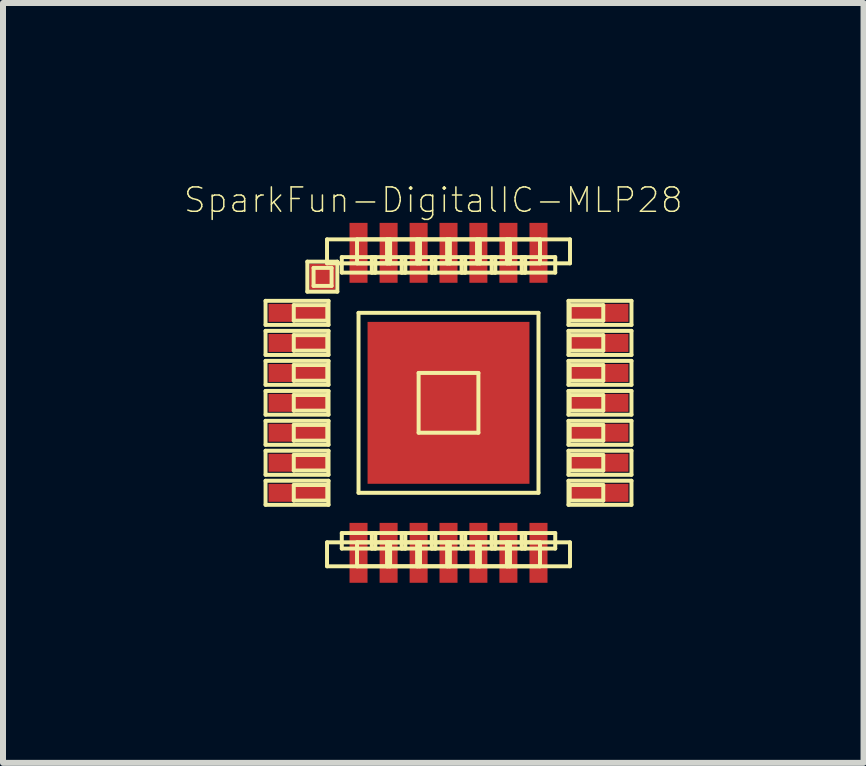
<source format=kicad_pcb>
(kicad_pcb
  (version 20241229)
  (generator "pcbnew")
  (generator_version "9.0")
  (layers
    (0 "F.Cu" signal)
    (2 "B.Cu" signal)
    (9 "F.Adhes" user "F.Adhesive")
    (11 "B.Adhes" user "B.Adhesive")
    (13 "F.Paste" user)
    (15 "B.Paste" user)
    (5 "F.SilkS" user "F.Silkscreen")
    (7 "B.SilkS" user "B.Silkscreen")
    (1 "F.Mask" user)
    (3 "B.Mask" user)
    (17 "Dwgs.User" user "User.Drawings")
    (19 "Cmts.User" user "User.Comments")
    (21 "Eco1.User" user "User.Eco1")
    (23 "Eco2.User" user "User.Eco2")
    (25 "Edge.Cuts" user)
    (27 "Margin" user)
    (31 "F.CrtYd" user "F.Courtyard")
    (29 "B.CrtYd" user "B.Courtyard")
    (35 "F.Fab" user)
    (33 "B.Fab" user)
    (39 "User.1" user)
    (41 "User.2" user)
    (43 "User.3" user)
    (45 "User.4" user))
  (footprint "SparkFun-DigitalIC-MLP28"
    (placed yes)
    (layer "F.Cu")
    (at 4.422 3.661)
    (property "Reference" "SparkFun-DigitalIC-MLP28" (at -0.254 -3.378 0) (layer "F.SilkS") (effects (font (size 0.406 0.406) (thickness 0.025))))
    (attr smd)
    (fp_line (start -3.048 -1.699) (end -1.999 -1.699) (stroke (width 0.066) (type solid)) (layer "F.SilkS"))
    (fp_line (start -3.048 -1.298) (end -3.048 -1.699) (stroke (width 0.066) (type solid)) (layer "F.SilkS"))
    (fp_line (start -3.048 -1.298) (end -1.999 -1.298) (stroke (width 0.066) (type solid)) (layer "F.SilkS"))
    (fp_line (start -3.048 -1.199) (end -1.999 -1.199) (stroke (width 0.066) (type solid)) (layer "F.SilkS"))
    (fp_line (start -3.048 -0.798) (end -3.048 -1.199) (stroke (width 0.066) (type solid)) (layer "F.SilkS"))
    (fp_line (start -3.048 -0.798) (end -1.999 -0.798) (stroke (width 0.066) (type solid)) (layer "F.SilkS"))
    (fp_line (start -3.048 -0.699) (end -1.999 -0.699) (stroke (width 0.066) (type solid)) (layer "F.SilkS"))
    (fp_line (start -3.048 -0.3) (end -3.048 -0.699) (stroke (width 0.066) (type solid)) (layer "F.SilkS"))
    (fp_line (start -3.048 -0.3) (end -1.999 -0.3) (stroke (width 0.066) (type solid)) (layer "F.SilkS"))
    (fp_line (start -3.048 -0.198) (end -1.999 -0.198) (stroke (width 0.066) (type solid)) (layer "F.SilkS"))
    (fp_line (start -3.048 0.198) (end -3.048 -0.198) (stroke (width 0.066) (type solid)) (layer "F.SilkS"))
    (fp_line (start -3.048 0.198) (end -1.999 0.198) (stroke (width 0.066) (type solid)) (layer "F.SilkS"))
    (fp_line (start -3.048 0.3) (end -1.999 0.3) (stroke (width 0.066) (type solid)) (layer "F.SilkS"))
    (fp_line (start -3.048 0.699) (end -3.048 0.3) (stroke (width 0.066) (type solid)) (layer "F.SilkS"))
    (fp_line (start -3.048 0.699) (end -1.999 0.699) (stroke (width 0.066) (type solid)) (layer "F.SilkS"))
    (fp_line (start -3.048 0.798) (end -1.999 0.798) (stroke (width 0.066) (type solid)) (layer "F.SilkS"))
    (fp_line (start -3.048 1.199) (end -3.048 0.798) (stroke (width 0.066) (type solid)) (layer "F.SilkS"))
    (fp_line (start -3.048 1.199) (end -1.999 1.199) (stroke (width 0.066) (type solid)) (layer "F.SilkS"))
    (fp_line (start -3.048 1.298) (end -1.999 1.298) (stroke (width 0.066) (type solid)) (layer "F.SilkS"))
    (fp_line (start -3.048 1.699) (end -3.048 1.298) (stroke (width 0.066) (type solid)) (layer "F.SilkS"))
    (fp_line (start -3.048 1.699) (end -1.999 1.699) (stroke (width 0.066) (type solid)) (layer "F.SilkS"))
    (fp_line (start -2.578 -1.628) (end -2.019 -1.628) (stroke (width 0.066) (type solid)) (layer "F.SilkS"))
    (fp_line (start -2.578 -1.369) (end -2.578 -1.628) (stroke (width 0.066) (type solid)) (layer "F.SilkS"))
    (fp_line (start -2.578 -1.369) (end -2.019 -1.369) (stroke (width 0.066) (type solid)) (layer "F.SilkS"))
    (fp_line (start -2.578 -1.128) (end -2.019 -1.128) (stroke (width 0.066) (type solid)) (layer "F.SilkS"))
    (fp_line (start -2.578 -0.869) (end -2.578 -1.128) (stroke (width 0.066) (type solid)) (layer "F.SilkS"))
    (fp_line (start -2.578 -0.869) (end -2.019 -0.869) (stroke (width 0.066) (type solid)) (layer "F.SilkS"))
    (fp_line (start -2.578 -0.63) (end -2.019 -0.63) (stroke (width 0.066) (type solid)) (layer "F.SilkS"))
    (fp_line (start -2.578 -0.368) (end -2.578 -0.63) (stroke (width 0.066) (type solid)) (layer "F.SilkS"))
    (fp_line (start -2.578 -0.368) (end -2.019 -0.368) (stroke (width 0.066) (type solid)) (layer "F.SilkS"))
    (fp_line (start -2.578 -0.13) (end -2.019 -0.13) (stroke (width 0.066) (type solid)) (layer "F.SilkS"))
    (fp_line (start -2.578 0.13) (end -2.578 -0.13) (stroke (width 0.066) (type solid)) (layer "F.SilkS"))
    (fp_line (start -2.578 0.13) (end -2.019 0.13) (stroke (width 0.066) (type solid)) (layer "F.SilkS"))
    (fp_line (start -2.578 0.368) (end -2.019 0.368) (stroke (width 0.066) (type solid)) (layer "F.SilkS"))
    (fp_line (start -2.578 0.63) (end -2.578 0.368) (stroke (width 0.066) (type solid)) (layer "F.SilkS"))
    (fp_line (start -2.578 0.63) (end -2.019 0.63) (stroke (width 0.066) (type solid)) (layer "F.SilkS"))
    (fp_line (start -2.578 0.869) (end -2.019 0.869) (stroke (width 0.066) (type solid)) (layer "F.SilkS"))
    (fp_line (start -2.578 1.128) (end -2.578 0.869) (stroke (width 0.066) (type solid)) (layer "F.SilkS"))
    (fp_line (start -2.578 1.128) (end -2.019 1.128) (stroke (width 0.066) (type solid)) (layer "F.SilkS"))
    (fp_line (start -2.578 1.369) (end -2.019 1.369) (stroke (width 0.066) (type solid)) (layer "F.SilkS"))
    (fp_line (start -2.578 1.628) (end -2.578 1.369) (stroke (width 0.066) (type solid)) (layer "F.SilkS"))
    (fp_line (start -2.578 1.628) (end -2.019 1.628) (stroke (width 0.066) (type solid)) (layer "F.SilkS"))
    (fp_line (start -2.352 -2.352) (end -1.852 -2.352) (stroke (width 0.066) (type solid)) (layer "F.SilkS"))
    (fp_line (start -2.352 -1.852) (end -2.352 -2.352) (stroke (width 0.066) (type solid)) (layer "F.SilkS"))
    (fp_line (start -2.352 -1.852) (end -1.852 -1.852) (stroke (width 0.066) (type solid)) (layer "F.SilkS"))
    (fp_line (start -2.248 -2.248) (end -1.948 -2.248) (stroke (width 0.066) (type solid)) (layer "F.SilkS"))
    (fp_line (start -2.248 -1.948) (end -2.248 -2.248) (stroke (width 0.066) (type solid)) (layer "F.SilkS"))
    (fp_line (start -2.248 -1.948) (end -1.948 -1.948) (stroke (width 0.066) (type solid)) (layer "F.SilkS"))
    (fp_line (start -2.024 -2.723) (end -0.973 -2.723) (stroke (width 0.066) (type solid)) (layer "F.SilkS"))
    (fp_line (start -2.024 -2.324) (end -2.024 -2.723) (stroke (width 0.066) (type solid)) (layer "F.SilkS"))
    (fp_line (start -2.024 -2.324) (end -0.973 -2.324) (stroke (width 0.066) (type solid)) (layer "F.SilkS"))
    (fp_line (start -2.024 2.324) (end -0.973 2.324) (stroke (width 0.066) (type solid)) (layer "F.SilkS"))
    (fp_line (start -2.024 2.723) (end -2.024 2.324) (stroke (width 0.066) (type solid)) (layer "F.SilkS"))
    (fp_line (start -2.024 2.723) (end -0.973 2.723) (stroke (width 0.066) (type solid)) (layer "F.SilkS"))
    (fp_line (start -2.019 -1.369) (end -2.019 -1.628) (stroke (width 0.066) (type solid)) (layer "F.SilkS"))
    (fp_line (start -2.019 -0.869) (end -2.019 -1.128) (stroke (width 0.066) (type solid)) (layer "F.SilkS"))
    (fp_line (start -2.019 -0.368) (end -2.019 -0.63) (stroke (width 0.066) (type solid)) (layer "F.SilkS"))
    (fp_line (start -2.019 0.13) (end -2.019 -0.13) (stroke (width 0.066) (type solid)) (layer "F.SilkS"))
    (fp_line (start -2.019 0.63) (end -2.019 0.368) (stroke (width 0.066) (type solid)) (layer "F.SilkS"))
    (fp_line (start -2.019 1.128) (end -2.019 0.869) (stroke (width 0.066) (type solid)) (layer "F.SilkS"))
    (fp_line (start -2.019 1.628) (end -2.019 1.369) (stroke (width 0.066) (type solid)) (layer "F.SilkS"))
    (fp_line (start -1.999 -1.298) (end -1.999 -1.699) (stroke (width 0.066) (type solid)) (layer "F.SilkS"))
    (fp_line (start -1.999 -0.798) (end -1.999 -1.199) (stroke (width 0.066) (type solid)) (layer "F.SilkS"))
    (fp_line (start -1.999 -0.3) (end -1.999 -0.699) (stroke (width 0.066) (type solid)) (layer "F.SilkS"))
    (fp_line (start -1.999 0.198) (end -1.999 -0.198) (stroke (width 0.066) (type solid)) (layer "F.SilkS"))
    (fp_line (start -1.999 0.699) (end -1.999 0.3) (stroke (width 0.066) (type solid)) (layer "F.SilkS"))
    (fp_line (start -1.999 1.199) (end -1.999 0.798) (stroke (width 0.066) (type solid)) (layer "F.SilkS"))
    (fp_line (start -1.999 1.699) (end -1.999 1.298) (stroke (width 0.066) (type solid)) (layer "F.SilkS"))
    (fp_line (start -1.948 -1.948) (end -1.948 -2.248) (stroke (width 0.066) (type solid)) (layer "F.SilkS"))
    (fp_line (start -1.852 -1.852) (end -1.852 -2.352) (stroke (width 0.066) (type solid)) (layer "F.SilkS"))
    (fp_line (start -1.778 -2.428) (end -1.219 -2.428) (stroke (width 0.066) (type solid)) (layer "F.SilkS"))
    (fp_line (start -1.778 -2.169) (end -1.778 -2.428) (stroke (width 0.066) (type solid)) (layer "F.SilkS"))
    (fp_line (start -1.778 -2.169) (end -1.219 -2.169) (stroke (width 0.066) (type solid)) (layer "F.SilkS"))
    (fp_line (start -1.778 2.169) (end -1.219 2.169) (stroke (width 0.066) (type solid)) (layer "F.SilkS"))
    (fp_line (start -1.778 2.428) (end -1.778 2.169) (stroke (width 0.066) (type solid)) (layer "F.SilkS"))
    (fp_line (start -1.778 2.428) (end -1.219 2.428) (stroke (width 0.066) (type solid)) (layer "F.SilkS"))
    (fp_line (start -1.524 -2.723) (end -0.475 -2.723) (stroke (width 0.066) (type solid)) (layer "F.SilkS"))
    (fp_line (start -1.524 -2.324) (end -1.524 -2.723) (stroke (width 0.066) (type solid)) (layer "F.SilkS"))
    (fp_line (start -1.524 -2.324) (end -0.475 -2.324) (stroke (width 0.066) (type solid)) (layer "F.SilkS"))
    (fp_line (start -1.524 2.324) (end -0.475 2.324) (stroke (width 0.066) (type solid)) (layer "F.SilkS"))
    (fp_line (start -1.524 2.723) (end -1.524 2.324) (stroke (width 0.066) (type solid)) (layer "F.SilkS"))
    (fp_line (start -1.524 2.723) (end -0.475 2.723) (stroke (width 0.066) (type solid)) (layer "F.SilkS"))
    (fp_line (start -1.499 -1.499) (end 1.499 -1.499) (stroke (width 0.066) (type solid)) (layer "F.SilkS"))
    (fp_line (start -1.499 1.499) (end -1.499 -1.499) (stroke (width 0.066) (type solid)) (layer "F.SilkS"))
    (fp_line (start -1.499 1.499) (end 1.499 1.499) (stroke (width 0.066) (type solid)) (layer "F.SilkS"))
    (fp_line (start -1.278 -2.428) (end -0.719 -2.428) (stroke (width 0.066) (type solid)) (layer "F.SilkS"))
    (fp_line (start -1.278 -2.169) (end -1.278 -2.428) (stroke (width 0.066) (type solid)) (layer "F.SilkS"))
    (fp_line (start -1.278 -2.169) (end -0.719 -2.169) (stroke (width 0.066) (type solid)) (layer "F.SilkS"))
    (fp_line (start -1.278 2.169) (end -0.719 2.169) (stroke (width 0.066) (type solid)) (layer "F.SilkS"))
    (fp_line (start -1.278 2.428) (end -1.278 2.169) (stroke (width 0.066) (type solid)) (layer "F.SilkS"))
    (fp_line (start -1.278 2.428) (end -0.719 2.428) (stroke (width 0.066) (type solid)) (layer "F.SilkS"))
    (fp_line (start -1.219 -2.169) (end -1.219 -2.428) (stroke (width 0.066) (type solid)) (layer "F.SilkS"))
    (fp_line (start -1.219 2.428) (end -1.219 2.169) (stroke (width 0.066) (type solid)) (layer "F.SilkS"))
    (fp_line (start -1.024 -2.723) (end 0.023 -2.723) (stroke (width 0.066) (type solid)) (layer "F.SilkS"))
    (fp_line (start -1.024 -2.324) (end -1.024 -2.723) (stroke (width 0.066) (type solid)) (layer "F.SilkS"))
    (fp_line (start -1.024 -2.324) (end 0.023 -2.324) (stroke (width 0.066) (type solid)) (layer "F.SilkS"))
    (fp_line (start -1.024 2.324) (end 0.023 2.324) (stroke (width 0.066) (type solid)) (layer "F.SilkS"))
    (fp_line (start -1.024 2.723) (end -1.024 2.324) (stroke (width 0.066) (type solid)) (layer "F.SilkS"))
    (fp_line (start -1.024 2.723) (end 0.023 2.723) (stroke (width 0.066) (type solid)) (layer "F.SilkS"))
    (fp_line (start -0.973 -2.324) (end -0.973 -2.723) (stroke (width 0.066) (type solid)) (layer "F.SilkS"))
    (fp_line (start -0.973 2.723) (end -0.973 2.324) (stroke (width 0.066) (type solid)) (layer "F.SilkS"))
    (fp_line (start -0.78 -2.428) (end -0.218 -2.428) (stroke (width 0.066) (type solid)) (layer "F.SilkS"))
    (fp_line (start -0.78 -2.169) (end -0.78 -2.428) (stroke (width 0.066) (type solid)) (layer "F.SilkS"))
    (fp_line (start -0.78 -2.169) (end -0.218 -2.169) (stroke (width 0.066) (type solid)) (layer "F.SilkS"))
    (fp_line (start -0.78 2.169) (end -0.218 2.169) (stroke (width 0.066) (type solid)) (layer "F.SilkS"))
    (fp_line (start -0.78 2.428) (end -0.78 2.169) (stroke (width 0.066) (type solid)) (layer "F.SilkS"))
    (fp_line (start -0.78 2.428) (end -0.218 2.428) (stroke (width 0.066) (type solid)) (layer "F.SilkS"))
    (fp_line (start -0.719 -2.169) (end -0.719 -2.428) (stroke (width 0.066) (type solid)) (layer "F.SilkS"))
    (fp_line (start -0.719 2.428) (end -0.719 2.169) (stroke (width 0.066) (type solid)) (layer "F.SilkS"))
    (fp_line (start -0.523 -2.723) (end 0.523 -2.723) (stroke (width 0.066) (type solid)) (layer "F.SilkS"))
    (fp_line (start -0.523 -2.324) (end -0.523 -2.723) (stroke (width 0.066) (type solid)) (layer "F.SilkS"))
    (fp_line (start -0.523 -2.324) (end 0.523 -2.324) (stroke (width 0.066) (type solid)) (layer "F.SilkS"))
    (fp_line (start -0.523 2.324) (end 0.523 2.324) (stroke (width 0.066) (type solid)) (layer "F.SilkS"))
    (fp_line (start -0.523 2.723) (end -0.523 2.324) (stroke (width 0.066) (type solid)) (layer "F.SilkS"))
    (fp_line (start -0.523 2.723) (end 0.523 2.723) (stroke (width 0.066) (type solid)) (layer "F.SilkS"))
    (fp_line (start -0.498 -0.498) (end 0.498 -0.498) (stroke (width 0.066) (type solid)) (layer "F.SilkS"))
    (fp_line (start -0.498 0.498) (end -0.498 -0.498) (stroke (width 0.066) (type solid)) (layer "F.SilkS"))
    (fp_line (start -0.498 0.498) (end 0.498 0.498) (stroke (width 0.066) (type solid)) (layer "F.SilkS"))
    (fp_line (start -0.475 -2.324) (end -0.475 -2.723) (stroke (width 0.066) (type solid)) (layer "F.SilkS"))
    (fp_line (start -0.475 2.723) (end -0.475 2.324) (stroke (width 0.066) (type solid)) (layer "F.SilkS"))
    (fp_line (start -0.279 -2.428) (end 0.279 -2.428) (stroke (width 0.066) (type solid)) (layer "F.SilkS"))
    (fp_line (start -0.279 -2.169) (end -0.279 -2.428) (stroke (width 0.066) (type solid)) (layer "F.SilkS"))
    (fp_line (start -0.279 -2.169) (end 0.279 -2.169) (stroke (width 0.066) (type solid)) (layer "F.SilkS"))
    (fp_line (start -0.279 2.169) (end 0.279 2.169) (stroke (width 0.066) (type solid)) (layer "F.SilkS"))
    (fp_line (start -0.279 2.428) (end -0.279 2.169) (stroke (width 0.066) (type solid)) (layer "F.SilkS"))
    (fp_line (start -0.279 2.428) (end 0.279 2.428) (stroke (width 0.066) (type solid)) (layer "F.SilkS"))
    (fp_line (start -0.218 -2.169) (end -0.218 -2.428) (stroke (width 0.066) (type solid)) (layer "F.SilkS"))
    (fp_line (start -0.218 2.428) (end -0.218 2.169) (stroke (width 0.066) (type solid)) (layer "F.SilkS"))
    (fp_line (start -0.023 -2.723) (end 1.024 -2.723) (stroke (width 0.066) (type solid)) (layer "F.SilkS"))
    (fp_line (start -0.023 -2.324) (end -0.023 -2.723) (stroke (width 0.066) (type solid)) (layer "F.SilkS"))
    (fp_line (start -0.023 -2.324) (end 1.024 -2.324) (stroke (width 0.066) (type solid)) (layer "F.SilkS"))
    (fp_line (start -0.023 2.324) (end 1.024 2.324) (stroke (width 0.066) (type solid)) (layer "F.SilkS"))
    (fp_line (start -0.023 2.723) (end -0.023 2.324) (stroke (width 0.066) (type solid)) (layer "F.SilkS"))
    (fp_line (start -0.023 2.723) (end 1.024 2.723) (stroke (width 0.066) (type solid)) (layer "F.SilkS"))
    (fp_line (start 0.023 -2.324) (end 0.023 -2.723) (stroke (width 0.066) (type solid)) (layer "F.SilkS"))
    (fp_line (start 0.023 2.723) (end 0.023 2.324) (stroke (width 0.066) (type solid)) (layer "F.SilkS"))
    (fp_line (start 0.218 -2.428) (end 0.78 -2.428) (stroke (width 0.066) (type solid)) (layer "F.SilkS"))
    (fp_line (start 0.218 -2.169) (end 0.218 -2.428) (stroke (width 0.066) (type solid)) (layer "F.SilkS"))
    (fp_line (start 0.218 -2.169) (end 0.78 -2.169) (stroke (width 0.066) (type solid)) (layer "F.SilkS"))
    (fp_line (start 0.218 2.169) (end 0.78 2.169) (stroke (width 0.066) (type solid)) (layer "F.SilkS"))
    (fp_line (start 0.218 2.428) (end 0.218 2.169) (stroke (width 0.066) (type solid)) (layer "F.SilkS"))
    (fp_line (start 0.218 2.428) (end 0.78 2.428) (stroke (width 0.066) (type solid)) (layer "F.SilkS"))
    (fp_line (start 0.279 -2.169) (end 0.279 -2.428) (stroke (width 0.066) (type solid)) (layer "F.SilkS"))
    (fp_line (start 0.279 2.428) (end 0.279 2.169) (stroke (width 0.066) (type solid)) (layer "F.SilkS"))
    (fp_line (start 0.475 -2.723) (end 1.524 -2.723) (stroke (width 0.066) (type solid)) (layer "F.SilkS"))
    (fp_line (start 0.475 -2.324) (end 0.475 -2.723) (stroke (width 0.066) (type solid)) (layer "F.SilkS"))
    (fp_line (start 0.475 -2.324) (end 1.524 -2.324) (stroke (width 0.066) (type solid)) (layer "F.SilkS"))
    (fp_line (start 0.475 2.324) (end 1.524 2.324) (stroke (width 0.066) (type solid)) (layer "F.SilkS"))
    (fp_line (start 0.475 2.723) (end 0.475 2.324) (stroke (width 0.066) (type solid)) (layer "F.SilkS"))
    (fp_line (start 0.475 2.723) (end 1.524 2.723) (stroke (width 0.066) (type solid)) (layer "F.SilkS"))
    (fp_line (start 0.498 0.498) (end 0.498 -0.498) (stroke (width 0.066) (type solid)) (layer "F.SilkS"))
    (fp_line (start 0.523 -2.324) (end 0.523 -2.723) (stroke (width 0.066) (type solid)) (layer "F.SilkS"))
    (fp_line (start 0.523 2.723) (end 0.523 2.324) (stroke (width 0.066) (type solid)) (layer "F.SilkS"))
    (fp_line (start 0.719 -2.428) (end 1.278 -2.428) (stroke (width 0.066) (type solid)) (layer "F.SilkS"))
    (fp_line (start 0.719 -2.169) (end 0.719 -2.428) (stroke (width 0.066) (type solid)) (layer "F.SilkS"))
    (fp_line (start 0.719 -2.169) (end 1.278 -2.169) (stroke (width 0.066) (type solid)) (layer "F.SilkS"))
    (fp_line (start 0.719 2.169) (end 1.278 2.169) (stroke (width 0.066) (type solid)) (layer "F.SilkS"))
    (fp_line (start 0.719 2.428) (end 0.719 2.169) (stroke (width 0.066) (type solid)) (layer "F.SilkS"))
    (fp_line (start 0.719 2.428) (end 1.278 2.428) (stroke (width 0.066) (type solid)) (layer "F.SilkS"))
    (fp_line (start 0.78 -2.169) (end 0.78 -2.428) (stroke (width 0.066) (type solid)) (layer "F.SilkS"))
    (fp_line (start 0.78 2.428) (end 0.78 2.169) (stroke (width 0.066) (type solid)) (layer "F.SilkS"))
    (fp_line (start 0.973 -2.723) (end 2.024 -2.723) (stroke (width 0.066) (type solid)) (layer "F.SilkS"))
    (fp_line (start 0.973 -2.324) (end 0.973 -2.723) (stroke (width 0.066) (type solid)) (layer "F.SilkS"))
    (fp_line (start 0.973 -2.324) (end 2.024 -2.324) (stroke (width 0.066) (type solid)) (layer "F.SilkS"))
    (fp_line (start 0.973 2.324) (end 2.024 2.324) (stroke (width 0.066) (type solid)) (layer "F.SilkS"))
    (fp_line (start 0.973 2.723) (end 0.973 2.324) (stroke (width 0.066) (type solid)) (layer "F.SilkS"))
    (fp_line (start 0.973 2.723) (end 2.024 2.723) (stroke (width 0.066) (type solid)) (layer "F.SilkS"))
    (fp_line (start 1.024 -2.324) (end 1.024 -2.723) (stroke (width 0.066) (type solid)) (layer "F.SilkS"))
    (fp_line (start 1.024 2.723) (end 1.024 2.324) (stroke (width 0.066) (type solid)) (layer "F.SilkS"))
    (fp_line (start 1.219 -2.428) (end 1.778 -2.428) (stroke (width 0.066) (type solid)) (layer "F.SilkS"))
    (fp_line (start 1.219 -2.169) (end 1.219 -2.428) (stroke (width 0.066) (type solid)) (layer "F.SilkS"))
    (fp_line (start 1.219 -2.169) (end 1.778 -2.169) (stroke (width 0.066) (type solid)) (layer "F.SilkS"))
    (fp_line (start 1.219 2.169) (end 1.778 2.169) (stroke (width 0.066) (type solid)) (layer "F.SilkS"))
    (fp_line (start 1.219 2.428) (end 1.219 2.169) (stroke (width 0.066) (type solid)) (layer "F.SilkS"))
    (fp_line (start 1.219 2.428) (end 1.778 2.428) (stroke (width 0.066) (type solid)) (layer "F.SilkS"))
    (fp_line (start 1.278 -2.169) (end 1.278 -2.428) (stroke (width 0.066) (type solid)) (layer "F.SilkS"))
    (fp_line (start 1.278 2.428) (end 1.278 2.169) (stroke (width 0.066) (type solid)) (layer "F.SilkS"))
    (fp_line (start 1.499 1.499) (end 1.499 -1.499) (stroke (width 0.066) (type solid)) (layer "F.SilkS"))
    (fp_line (start 1.524 -2.324) (end 1.524 -2.723) (stroke (width 0.066) (type solid)) (layer "F.SilkS"))
    (fp_line (start 1.524 2.723) (end 1.524 2.324) (stroke (width 0.066) (type solid)) (layer "F.SilkS"))
    (fp_line (start 1.778 -2.169) (end 1.778 -2.428) (stroke (width 0.066) (type solid)) (layer "F.SilkS"))
    (fp_line (start 1.778 2.428) (end 1.778 2.169) (stroke (width 0.066) (type solid)) (layer "F.SilkS"))
    (fp_line (start 1.999 -1.699) (end 3.048 -1.699) (stroke (width 0.066) (type solid)) (layer "F.SilkS"))
    (fp_line (start 1.999 -1.298) (end 1.999 -1.699) (stroke (width 0.066) (type solid)) (layer "F.SilkS"))
    (fp_line (start 1.999 -1.298) (end 3.048 -1.298) (stroke (width 0.066) (type solid)) (layer "F.SilkS"))
    (fp_line (start 1.999 -1.199) (end 3.048 -1.199) (stroke (width 0.066) (type solid)) (layer "F.SilkS"))
    (fp_line (start 1.999 -0.798) (end 1.999 -1.199) (stroke (width 0.066) (type solid)) (layer "F.SilkS"))
    (fp_line (start 1.999 -0.798) (end 3.048 -0.798) (stroke (width 0.066) (type solid)) (layer "F.SilkS"))
    (fp_line (start 1.999 -0.699) (end 3.048 -0.699) (stroke (width 0.066) (type solid)) (layer "F.SilkS"))
    (fp_line (start 1.999 -0.3) (end 1.999 -0.699) (stroke (width 0.066) (type solid)) (layer "F.SilkS"))
    (fp_line (start 1.999 -0.3) (end 3.048 -0.3) (stroke (width 0.066) (type solid)) (layer "F.SilkS"))
    (fp_line (start 1.999 -0.198) (end 3.048 -0.198) (stroke (width 0.066) (type solid)) (layer "F.SilkS"))
    (fp_line (start 1.999 0.198) (end 1.999 -0.198) (stroke (width 0.066) (type solid)) (layer "F.SilkS"))
    (fp_line (start 1.999 0.198) (end 3.048 0.198) (stroke (width 0.066) (type solid)) (layer "F.SilkS"))
    (fp_line (start 1.999 0.3) (end 3.048 0.3) (stroke (width 0.066) (type solid)) (layer "F.SilkS"))
    (fp_line (start 1.999 0.699) (end 1.999 0.3) (stroke (width 0.066) (type solid)) (layer "F.SilkS"))
    (fp_line (start 1.999 0.699) (end 3.048 0.699) (stroke (width 0.066) (type solid)) (layer "F.SilkS"))
    (fp_line (start 1.999 0.798) (end 3.048 0.798) (stroke (width 0.066) (type solid)) (layer "F.SilkS"))
    (fp_line (start 1.999 1.199) (end 1.999 0.798) (stroke (width 0.066) (type solid)) (layer "F.SilkS"))
    (fp_line (start 1.999 1.199) (end 3.048 1.199) (stroke (width 0.066) (type solid)) (layer "F.SilkS"))
    (fp_line (start 1.999 1.298) (end 3.048 1.298) (stroke (width 0.066) (type solid)) (layer "F.SilkS"))
    (fp_line (start 1.999 1.699) (end 1.999 1.298) (stroke (width 0.066) (type solid)) (layer "F.SilkS"))
    (fp_line (start 1.999 1.699) (end 3.048 1.699) (stroke (width 0.066) (type solid)) (layer "F.SilkS"))
    (fp_line (start 2.019 -1.628) (end 2.578 -1.628) (stroke (width 0.066) (type solid)) (layer "F.SilkS"))
    (fp_line (start 2.019 -1.369) (end 2.019 -1.628) (stroke (width 0.066) (type solid)) (layer "F.SilkS"))
    (fp_line (start 2.019 -1.369) (end 2.578 -1.369) (stroke (width 0.066) (type solid)) (layer "F.SilkS"))
    (fp_line (start 2.019 -1.128) (end 2.578 -1.128) (stroke (width 0.066) (type solid)) (layer "F.SilkS"))
    (fp_line (start 2.019 -0.869) (end 2.019 -1.128) (stroke (width 0.066) (type solid)) (layer "F.SilkS"))
    (fp_line (start 2.019 -0.869) (end 2.578 -0.869) (stroke (width 0.066) (type solid)) (layer "F.SilkS"))
    (fp_line (start 2.019 -0.63) (end 2.578 -0.63) (stroke (width 0.066) (type solid)) (layer "F.SilkS"))
    (fp_line (start 2.019 -0.368) (end 2.019 -0.63) (stroke (width 0.066) (type solid)) (layer "F.SilkS"))
    (fp_line (start 2.019 -0.368) (end 2.578 -0.368) (stroke (width 0.066) (type solid)) (layer "F.SilkS"))
    (fp_line (start 2.019 -0.13) (end 2.578 -0.13) (stroke (width 0.066) (type solid)) (layer "F.SilkS"))
    (fp_line (start 2.019 0.13) (end 2.019 -0.13) (stroke (width 0.066) (type solid)) (layer "F.SilkS"))
    (fp_line (start 2.019 0.13) (end 2.578 0.13) (stroke (width 0.066) (type solid)) (layer "F.SilkS"))
    (fp_line (start 2.019 0.368) (end 2.578 0.368) (stroke (width 0.066) (type solid)) (layer "F.SilkS"))
    (fp_line (start 2.019 0.63) (end 2.019 0.368) (stroke (width 0.066) (type solid)) (layer "F.SilkS"))
    (fp_line (start 2.019 0.63) (end 2.578 0.63) (stroke (width 0.066) (type solid)) (layer "F.SilkS"))
    (fp_line (start 2.019 0.869) (end 2.578 0.869) (stroke (width 0.066) (type solid)) (layer "F.SilkS"))
    (fp_line (start 2.019 1.128) (end 2.019 0.869) (stroke (width 0.066) (type solid)) (layer "F.SilkS"))
    (fp_line (start 2.019 1.128) (end 2.578 1.128) (stroke (width 0.066) (type solid)) (layer "F.SilkS"))
    (fp_line (start 2.019 1.369) (end 2.578 1.369) (stroke (width 0.066) (type solid)) (layer "F.SilkS"))
    (fp_line (start 2.019 1.628) (end 2.019 1.369) (stroke (width 0.066) (type solid)) (layer "F.SilkS"))
    (fp_line (start 2.019 1.628) (end 2.578 1.628) (stroke (width 0.066) (type solid)) (layer "F.SilkS"))
    (fp_line (start 2.024 -2.324) (end 2.024 -2.723) (stroke (width 0.066) (type solid)) (layer "F.SilkS"))
    (fp_line (start 2.024 2.723) (end 2.024 2.324) (stroke (width 0.066) (type solid)) (layer "F.SilkS"))
    (fp_line (start 2.578 -1.369) (end 2.578 -1.628) (stroke (width 0.066) (type solid)) (layer "F.SilkS"))
    (fp_line (start 2.578 -0.869) (end 2.578 -1.128) (stroke (width 0.066) (type solid)) (layer "F.SilkS"))
    (fp_line (start 2.578 -0.368) (end 2.578 -0.63) (stroke (width 0.066) (type solid)) (layer "F.SilkS"))
    (fp_line (start 2.578 0.13) (end 2.578 -0.13) (stroke (width 0.066) (type solid)) (layer "F.SilkS"))
    (fp_line (start 2.578 0.63) (end 2.578 0.368) (stroke (width 0.066) (type solid)) (layer "F.SilkS"))
    (fp_line (start 2.578 1.128) (end 2.578 0.869) (stroke (width 0.066) (type solid)) (layer "F.SilkS"))
    (fp_line (start 2.578 1.628) (end 2.578 1.369) (stroke (width 0.066) (type solid)) (layer "F.SilkS"))
    (fp_line (start 3.048 -1.298) (end 3.048 -1.699) (stroke (width 0.066) (type solid)) (layer "F.SilkS"))
    (fp_line (start 3.048 -0.798) (end 3.048 -1.199) (stroke (width 0.066) (type solid)) (layer "F.SilkS"))
    (fp_line (start 3.048 -0.3) (end 3.048 -0.699) (stroke (width 0.066) (type solid)) (layer "F.SilkS"))
    (fp_line (start 3.048 0.198) (end 3.048 -0.198) (stroke (width 0.066) (type solid)) (layer "F.SilkS"))
    (fp_line (start 3.048 0.699) (end 3.048 0.3) (stroke (width 0.066) (type solid)) (layer "F.SilkS"))
    (fp_line (start 3.048 1.199) (end 3.048 0.798) (stroke (width 0.066) (type solid)) (layer "F.SilkS"))
    (fp_line (start 3.048 1.699) (end 3.048 1.298) (stroke (width 0.066) (type solid)) (layer "F.SilkS"))
    (pad "1" smd rect (at -2.499 -1.499) (size 0.998 0.3) (layers "F.Cu" "F.Mask" "F.Paste"))
    (pad "2" smd rect (at -2.499 -0.998) (size 0.998 0.3) (layers "F.Cu" "F.Mask" "F.Paste"))
    (pad "3" smd rect (at -2.499 -0.498) (size 0.998 0.3) (layers "F.Cu" "F.Mask" "F.Paste"))
    (pad "4" smd rect (at -2.499 0) (size 0.998 0.3) (layers "F.Cu" "F.Mask" "F.Paste"))
    (pad "5" smd rect (at -2.499 0.498) (size 0.998 0.3) (layers "F.Cu" "F.Mask" "F.Paste"))
    (pad "6" smd rect (at -2.499 0.998) (size 0.998 0.3) (layers "F.Cu" "F.Mask" "F.Paste"))
    (pad "7" smd rect (at -2.499 1.499) (size 0.998 0.3) (layers "F.Cu" "F.Mask" "F.Paste"))
    (pad "8" smd rect (at -1.499 2.499 90) (size 0.998 0.3) (layers "F.Cu" "F.Mask" "F.Paste"))
    (pad "9" smd rect (at -0.998 2.499 90) (size 0.998 0.3) (layers "F.Cu" "F.Mask" "F.Paste"))
    (pad "10" smd rect (at -0.498 2.499 90) (size 0.998 0.3) (layers "F.Cu" "F.Mask" "F.Paste"))
    (pad "11" smd rect (at 0 2.499 90) (size 0.998 0.3) (layers "F.Cu" "F.Mask" "F.Paste"))
    (pad "12" smd rect (at 0.498 2.499 90) (size 0.998 0.3) (layers "F.Cu" "F.Mask" "F.Paste"))
    (pad "13" smd rect (at 0.998 2.499 90) (size 0.998 0.3) (layers "F.Cu" "F.Mask" "F.Paste"))
    (pad "14" smd rect (at 1.499 2.499 90) (size 0.998 0.3) (layers "F.Cu" "F.Mask" "F.Paste"))
    (pad "15" smd rect (at 2.499 1.499 180) (size 0.998 0.3) (layers "F.Cu" "F.Mask" "F.Paste"))
    (pad "16" smd rect (at 2.499 0.998 180) (size 0.998 0.3) (layers "F.Cu" "F.Mask" "F.Paste"))
    (pad "17" smd rect (at 2.499 0.498 180) (size 0.998 0.3) (layers "F.Cu" "F.Mask" "F.Paste"))
    (pad "18" smd rect (at 2.499 0 180) (size 0.998 0.3) (layers "F.Cu" "F.Mask" "F.Paste"))
    (pad "19" smd rect (at 2.499 -0.498 180) (size 0.998 0.3) (layers "F.Cu" "F.Mask" "F.Paste"))
    (pad "20" smd rect (at 2.499 -0.998 180) (size 0.998 0.3) (layers "F.Cu" "F.Mask" "F.Paste"))
    (pad "21" smd rect (at 2.499 -1.499 180) (size 0.998 0.3) (layers "F.Cu" "F.Mask" "F.Paste"))
    (pad "22" smd rect (at 1.499 -2.499 270) (size 0.998 0.3) (layers "F.Cu" "F.Mask" "F.Paste"))
    (pad "23" smd rect (at 0.998 -2.499 270) (size 0.998 0.3) (layers "F.Cu" "F.Mask" "F.Paste"))
    (pad "24" smd rect (at 0.498 -2.499 270) (size 0.998 0.3) (layers "F.Cu" "F.Mask" "F.Paste"))
    (pad "25" smd rect (at 0 -2.499 270) (size 0.998 0.3) (layers "F.Cu" "F.Mask" "F.Paste"))
    (pad "26" smd rect (at -0.498 -2.499 270) (size 0.998 0.3) (layers "F.Cu" "F.Mask" "F.Paste"))
    (pad "27" smd rect (at -0.998 -2.499 270) (size 0.998 0.3) (layers "F.Cu" "F.Mask" "F.Paste"))
    (pad "28" smd rect (at -1.499 -2.499 270) (size 0.998 0.3) (layers "F.Cu" "F.Mask" "F.Paste"))
    (pad "EXP" smd rect (at 0 0) (size 2.697 2.697) (layers "F.Cu" "F.Mask" "F.Paste"))
    (pad "M" smd rect (at -2.101 -2.101) (size 0.434 0.434) (layers "F.Cu" "F.Mask" "F.Paste")))
  (gr_rect
    (start -3 -3)
    (end 11.336 9.659)
    (stroke (width 0.1) (type default))
    (fill no)
    (layer "Edge.Cuts")))
</source>
